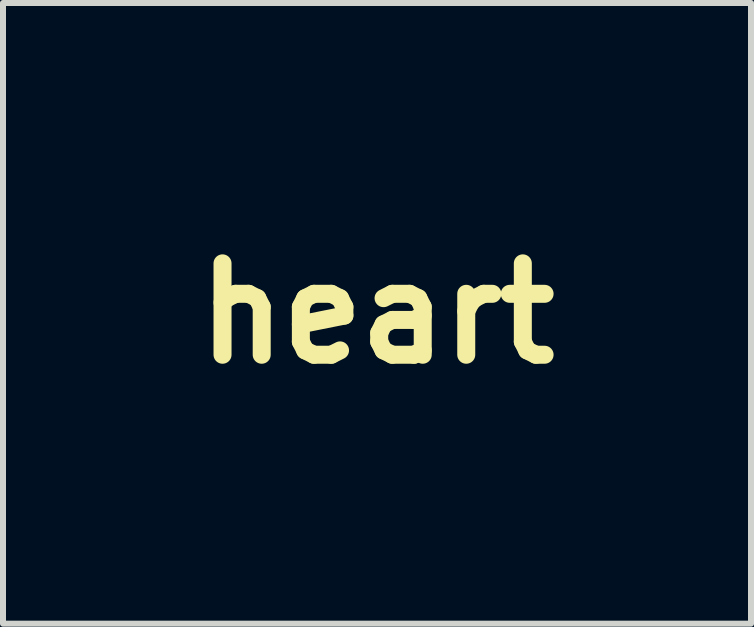
<source format=kicad_pcb>
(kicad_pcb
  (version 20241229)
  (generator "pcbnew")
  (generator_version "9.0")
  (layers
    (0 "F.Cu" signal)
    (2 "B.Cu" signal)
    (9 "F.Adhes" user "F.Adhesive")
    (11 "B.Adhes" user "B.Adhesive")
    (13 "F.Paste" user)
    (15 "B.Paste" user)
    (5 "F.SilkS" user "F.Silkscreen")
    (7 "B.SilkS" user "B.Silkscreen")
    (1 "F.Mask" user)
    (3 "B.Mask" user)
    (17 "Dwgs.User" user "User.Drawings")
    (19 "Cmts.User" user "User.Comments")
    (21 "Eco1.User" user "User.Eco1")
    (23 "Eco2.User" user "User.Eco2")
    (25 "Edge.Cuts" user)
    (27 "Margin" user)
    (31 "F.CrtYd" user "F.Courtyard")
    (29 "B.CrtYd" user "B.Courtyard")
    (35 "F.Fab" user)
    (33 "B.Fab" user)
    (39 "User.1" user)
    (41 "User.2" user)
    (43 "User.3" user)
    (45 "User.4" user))
  (footprint "heart"
    (layer "F.Cu")
    (at 3.237 2.176)
    (property "Reference" "heart" (at 0 0 0) (layer "F.SilkS") (effects (font (size 1.524 1.524) (thickness 0.3))))
    (attr through_hole)
    (fp_poly (pts (xy 1.33 -1.623) (xy 1.406 -1.605) (xy 1.48 -1.577) (xy 1.552 -1.539) (xy 1.582 -1.52) (xy 1.653 -1.467) (xy 1.717 -1.406) (xy 1.775 -1.339) (xy 1.825 -1.266) (xy 1.868 -1.187) (xy 1.904 -1.105) (xy 1.931 -1.018) (xy 1.949 -0.928) (xy 1.959 -0.837) (xy 1.96 -0.762) (xy 1.958 -0.724) (xy 1.956 -0.695) (xy 1.953 -0.673) (xy 1.948 -0.656) (xy 1.941 -0.641) (xy 1.931 -0.629) (xy 1.926 -0.623) (xy 1.901 -0.604) (xy 1.872 -0.592) (xy 1.84 -0.589) (xy 1.809 -0.596) (xy 1.801 -0.599) (xy 1.779 -0.613) (xy 1.76 -0.632) (xy 1.746 -0.653) (xy 1.743 -0.661) (xy 1.741 -0.672) (xy 1.739 -0.691) (xy 1.737 -0.715) (xy 1.736 -0.744) (xy 1.735 -0.762) (xy 1.732 -0.826) (xy 1.727 -0.882) (xy 1.72 -0.931) (xy 1.71 -0.976) (xy 1.698 -1.017) (xy 1.683 -1.056) (xy 1.666 -1.093) (xy 1.629 -1.158) (xy 1.587 -1.216) (xy 1.541 -1.268) (xy 1.49 -1.312) (xy 1.437 -1.349) (xy 1.381 -1.378) (xy 1.324 -1.398) (xy 1.265 -1.409) (xy 1.207 -1.411) (xy 1.2 -1.41) (xy 1.175 -1.407) (xy 1.15 -1.402) (xy 1.128 -1.397) (xy 1.127 -1.396) (xy 1.093 -1.389) (xy 1.061 -1.39) (xy 1.033 -1.4) (xy 1.01 -1.418) (xy 0.993 -1.442) (xy 0.983 -1.472) (xy 0.98 -1.496) (xy 0.984 -1.528) (xy 0.994 -1.556) (xy 1.012 -1.579) (xy 1.038 -1.597) (xy 1.072 -1.611) (xy 1.114 -1.622) (xy 1.166 -1.629) (xy 1.177 -1.63) (xy 1.254 -1.632) (xy 1.33 -1.623)) (stroke (width 0.01) (type solid)) (fill yes) (layer "F.Mask"))
    (fp_poly (pts (xy -1.165 -2.168) (xy -1.076 -2.159) (xy -0.988 -2.144) (xy -0.899 -2.121) (xy -0.805 -2.091) (xy -0.772 -2.079) (xy -0.743 -2.068) (xy -0.708 -2.053) (xy -0.669 -2.035) (xy -0.628 -2.015) (xy -0.588 -1.995) (xy -0.552 -1.976) (xy -0.522 -1.96) (xy -0.514 -1.955) (xy -0.438 -1.907) (xy -0.366 -1.857) (xy -0.299 -1.805) (xy -0.237 -1.753) (xy -0.18 -1.699) (xy -0.131 -1.646) (xy -0.088 -1.595) (xy -0.054 -1.544) (xy -0.028 -1.496) (xy -0.017 -1.471) (xy -0.007 -1.441) (xy 0.01 -1.47) (xy 0.039 -1.517) (xy 0.075 -1.568) (xy 0.116 -1.621) (xy 0.162 -1.674) (xy 0.209 -1.726) (xy 0.239 -1.756) (xy 0.33 -1.839) (xy 0.424 -1.912) (xy 0.522 -1.976) (xy 0.623 -2.03) (xy 0.728 -2.075) (xy 0.836 -2.111) (xy 0.948 -2.136) (xy 1.063 -2.152) (xy 1.181 -2.159) (xy 1.201 -2.159) (xy 1.317 -2.154) (xy 1.43 -2.141) (xy 1.539 -2.118) (xy 1.645 -2.087) (xy 1.747 -2.048) (xy 1.844 -2.001) (xy 1.937 -1.946) (xy 2.023 -1.884) (xy 2.104 -1.815) (xy 2.179 -1.739) (xy 2.246 -1.657) (xy 2.306 -1.569) (xy 2.359 -1.475) (xy 2.403 -1.376) (xy 2.405 -1.369) (xy 2.426 -1.312) (xy 2.443 -1.255) (xy 2.457 -1.196) (xy 2.47 -1.132) (xy 2.477 -1.085) (xy 2.481 -1.052) (xy 2.484 -1.011) (xy 2.486 -0.964) (xy 2.486 -0.914) (xy 2.486 -0.862) (xy 2.485 -0.811) (xy 2.483 -0.763) (xy 2.48 -0.72) (xy 2.477 -0.691) (xy 2.455 -0.552) (xy 2.425 -0.416) (xy 2.387 -0.288) (xy 2.336 -0.149) (xy 2.274 -0.01) (xy 2.203 0.129) (xy 2.121 0.268) (xy 2.03 0.407) (xy 1.928 0.546) (xy 1.816 0.685) (xy 1.694 0.824) (xy 1.563 0.963) (xy 1.42 1.103) (xy 1.268 1.242) (xy 1.106 1.381) (xy 0.933 1.521) (xy 0.751 1.66) (xy 0.564 1.796) (xy 0.527 1.821) (xy 0.487 1.849) (xy 0.445 1.878) (xy 0.4 1.909) (xy 0.354 1.94) (xy 0.307 1.971) (xy 0.262 2.001) (xy 0.217 2.031) (xy 0.174 2.059) (xy 0.134 2.085) (xy 0.098 2.109) (xy 0.066 2.129) (xy 0.039 2.146) (xy 0.019 2.158) (xy 0.005 2.166) (xy -0.001 2.169) (xy -0.001 2.169) (xy -0.008 2.166) (xy -0.021 2.159) (xy -0.038 2.149) (xy -0.046 2.145) (xy -0.202 2.047) (xy -0.358 1.943) (xy -0.514 1.835) (xy -0.668 1.723) (xy -0.819 1.609) (xy -0.966 1.492) (xy -1.109 1.373) (xy -1.246 1.255) (xy -1.375 1.136) (xy -1.497 1.019) (xy -1.593 0.922) (xy -1.72 0.786) (xy -1.836 0.652) (xy -1.943 0.519) (xy -2.039 0.388) (xy -2.127 0.259) (xy -2.204 0.131) (xy -2.273 0.004) (xy -2.332 -0.122) (xy -2.381 -0.247) (xy -2.422 -0.371) (xy -2.451 -0.484) (xy -2.462 -0.536) (xy -2.47 -0.583) (xy -2.477 -0.628) (xy -2.481 -0.674) (xy -2.484 -0.722) (xy -2.486 -0.776) (xy -2.486 -0.807) (xy -2.265 -0.807) (xy -2.264 -0.763) (xy -2.263 -0.724) (xy -2.261 -0.703) (xy -2.246 -0.597) (xy -2.224 -0.49) (xy -2.193 -0.384) (xy -2.154 -0.276) (xy -2.107 -0.166) (xy -2.076 -0.102) (xy -2.052 -0.055) (xy -2.03 -0.014) (xy -2.009 0.025) (xy -1.986 0.063) (xy -1.961 0.104) (xy -1.932 0.149) (xy -1.913 0.178) (xy -1.852 0.267) (xy -1.789 0.354) (xy -1.723 0.439) (xy -1.653 0.525) (xy -1.577 0.612) (xy -1.495 0.701) (xy -1.406 0.794) (xy -1.364 0.836) (xy -1.252 0.947) (xy -1.138 1.053) (xy -1.021 1.157) (xy -0.901 1.259) (xy -0.774 1.362) (xy -0.64 1.466) (xy -0.596 1.5) (xy -0.549 1.535) (xy -0.499 1.571) (xy -0.449 1.608) (xy -0.398 1.645) (xy -0.347 1.681) (xy -0.297 1.716) (xy -0.248 1.749) (xy -0.202 1.781) (xy -0.159 1.81) (xy -0.12 1.836) (xy -0.084 1.859) (xy -0.054 1.878) (xy -0.03 1.892) (xy -0.012 1.902) (xy -0.001 1.907) (xy 0.002 1.907) (xy 0.007 1.903) (xy 0.02 1.895) (xy 0.04 1.882) (xy 0.064 1.866) (xy 0.093 1.847) (xy 0.125 1.825) (xy 0.147 1.811) (xy 0.311 1.701) (xy 0.466 1.593) (xy 0.612 1.487) (xy 0.751 1.382) (xy 0.882 1.278) (xy 1.008 1.173) (xy 1.128 1.068) (xy 1.244 0.962) (xy 1.355 0.855) (xy 1.374 0.836) (xy 1.451 0.758) (xy 1.521 0.684) (xy 1.586 0.613) (xy 1.646 0.544) (xy 1.703 0.475) (xy 1.758 0.405) (xy 1.787 0.366) (xy 1.88 0.234) (xy 1.963 0.103) (xy 2.035 -0.028) (xy 2.098 -0.157) (xy 2.151 -0.287) (xy 2.194 -0.415) (xy 2.227 -0.544) (xy 2.251 -0.672) (xy 2.261 -0.763) (xy 2.263 -0.799) (xy 2.265 -0.841) (xy 2.265 -0.886) (xy 2.264 -0.933) (xy 2.262 -0.979) (xy 2.26 -1.021) (xy 2.257 -1.057) (xy 2.253 -1.082) (xy 2.231 -1.184) (xy 2.2 -1.281) (xy 2.161 -1.373) (xy 2.113 -1.458) (xy 2.057 -1.538) (xy 1.993 -1.612) (xy 1.921 -1.68) (xy 1.84 -1.742) (xy 1.776 -1.783) (xy 1.7 -1.824) (xy 1.617 -1.859) (xy 1.529 -1.889) (xy 1.437 -1.912) (xy 1.344 -1.928) (xy 1.324 -1.931) (xy 1.29 -1.934) (xy 1.248 -1.935) (xy 1.202 -1.935) (xy 1.153 -1.934) (xy 1.106 -1.931) (xy 1.062 -1.928) (xy 1.024 -1.923) (xy 1.01 -1.921) (xy 0.905 -1.897) (xy 0.804 -1.864) (xy 0.707 -1.822) (xy 0.614 -1.77) (xy 0.525 -1.71) (xy 0.441 -1.641) (xy 0.362 -1.563) (xy 0.288 -1.476) (xy 0.218 -1.381) (xy 0.183 -1.326) (xy 0.162 -1.292) (xy 0.146 -1.264) (xy 0.132 -1.239) (xy 0.12 -1.215) (xy 0.108 -1.19) (xy 0.095 -1.16) (xy 0.08 -1.124) (xy 0.076 -1.115) (xy 0.041 -1.029) (xy -0.054 -1.026) (xy -0.086 -1.119) (xy -0.102 -1.165) (xy -0.117 -1.203) (xy -0.131 -1.237) (xy -0.145 -1.268) (xy -0.162 -1.3) (xy -0.181 -1.334) (xy -0.205 -1.373) (xy -0.23 -1.414) (xy -0.252 -1.447) (xy -0.272 -1.476) (xy -0.292 -1.5) (xy -0.313 -1.524) (xy -0.337 -1.548) (xy -0.346 -1.557) (xy -0.425 -1.626) (xy -0.511 -1.691) (xy -0.603 -1.751) (xy -0.699 -1.804) (xy -0.797 -1.849) (xy -0.896 -1.887) (xy -0.97 -1.91) (xy -1.069 -1.932) (xy -1.164 -1.945) (xy -1.257 -1.949) (xy -1.347 -1.944) (xy -1.436 -1.929) (xy -1.525 -1.905) (xy -1.614 -1.872) (xy -1.669 -1.847) (xy -1.757 -1.799) (xy -1.838 -1.745) (xy -1.914 -1.683) (xy -1.969 -1.63) (xy -2.034 -1.557) (xy -2.09 -1.479) (xy -2.139 -1.396) (xy -2.179 -1.307) (xy -2.212 -1.212) (xy -2.238 -1.111) (xy -2.253 -1.025) (xy -2.257 -0.991) (xy -2.261 -0.95) (xy -2.263 -0.904) (xy -2.264 -0.855) (xy -2.265 -0.807) (xy -2.486 -0.807) (xy -2.486 -0.823) (xy -2.485 -0.894) (xy -2.483 -0.958) (xy -2.478 -1.016) (xy -2.471 -1.072) (xy -2.462 -1.127) (xy -2.449 -1.185) (xy -2.443 -1.209) (xy -2.411 -1.32) (xy -2.37 -1.426) (xy -2.32 -1.526) (xy -2.262 -1.621) (xy -2.196 -1.71) (xy -2.123 -1.792) (xy -2.042 -1.868) (xy -1.954 -1.936) (xy -1.859 -1.998) (xy -1.758 -2.051) (xy -1.722 -2.068) (xy -1.633 -2.104) (xy -1.547 -2.132) (xy -1.462 -2.152) (xy -1.376 -2.164) (xy -1.287 -2.17) (xy -1.255 -2.171) (xy -1.165 -2.168)) (stroke (width 0.01) (type solid)) (fill yes) (layer "F.Mask")))
  (gr_rect
    (start -3 -3)
    (end 9.473 7.35)
    (stroke (width 0.1) (type default))
    (fill no)
    (layer "Edge.Cuts")))
</source>
